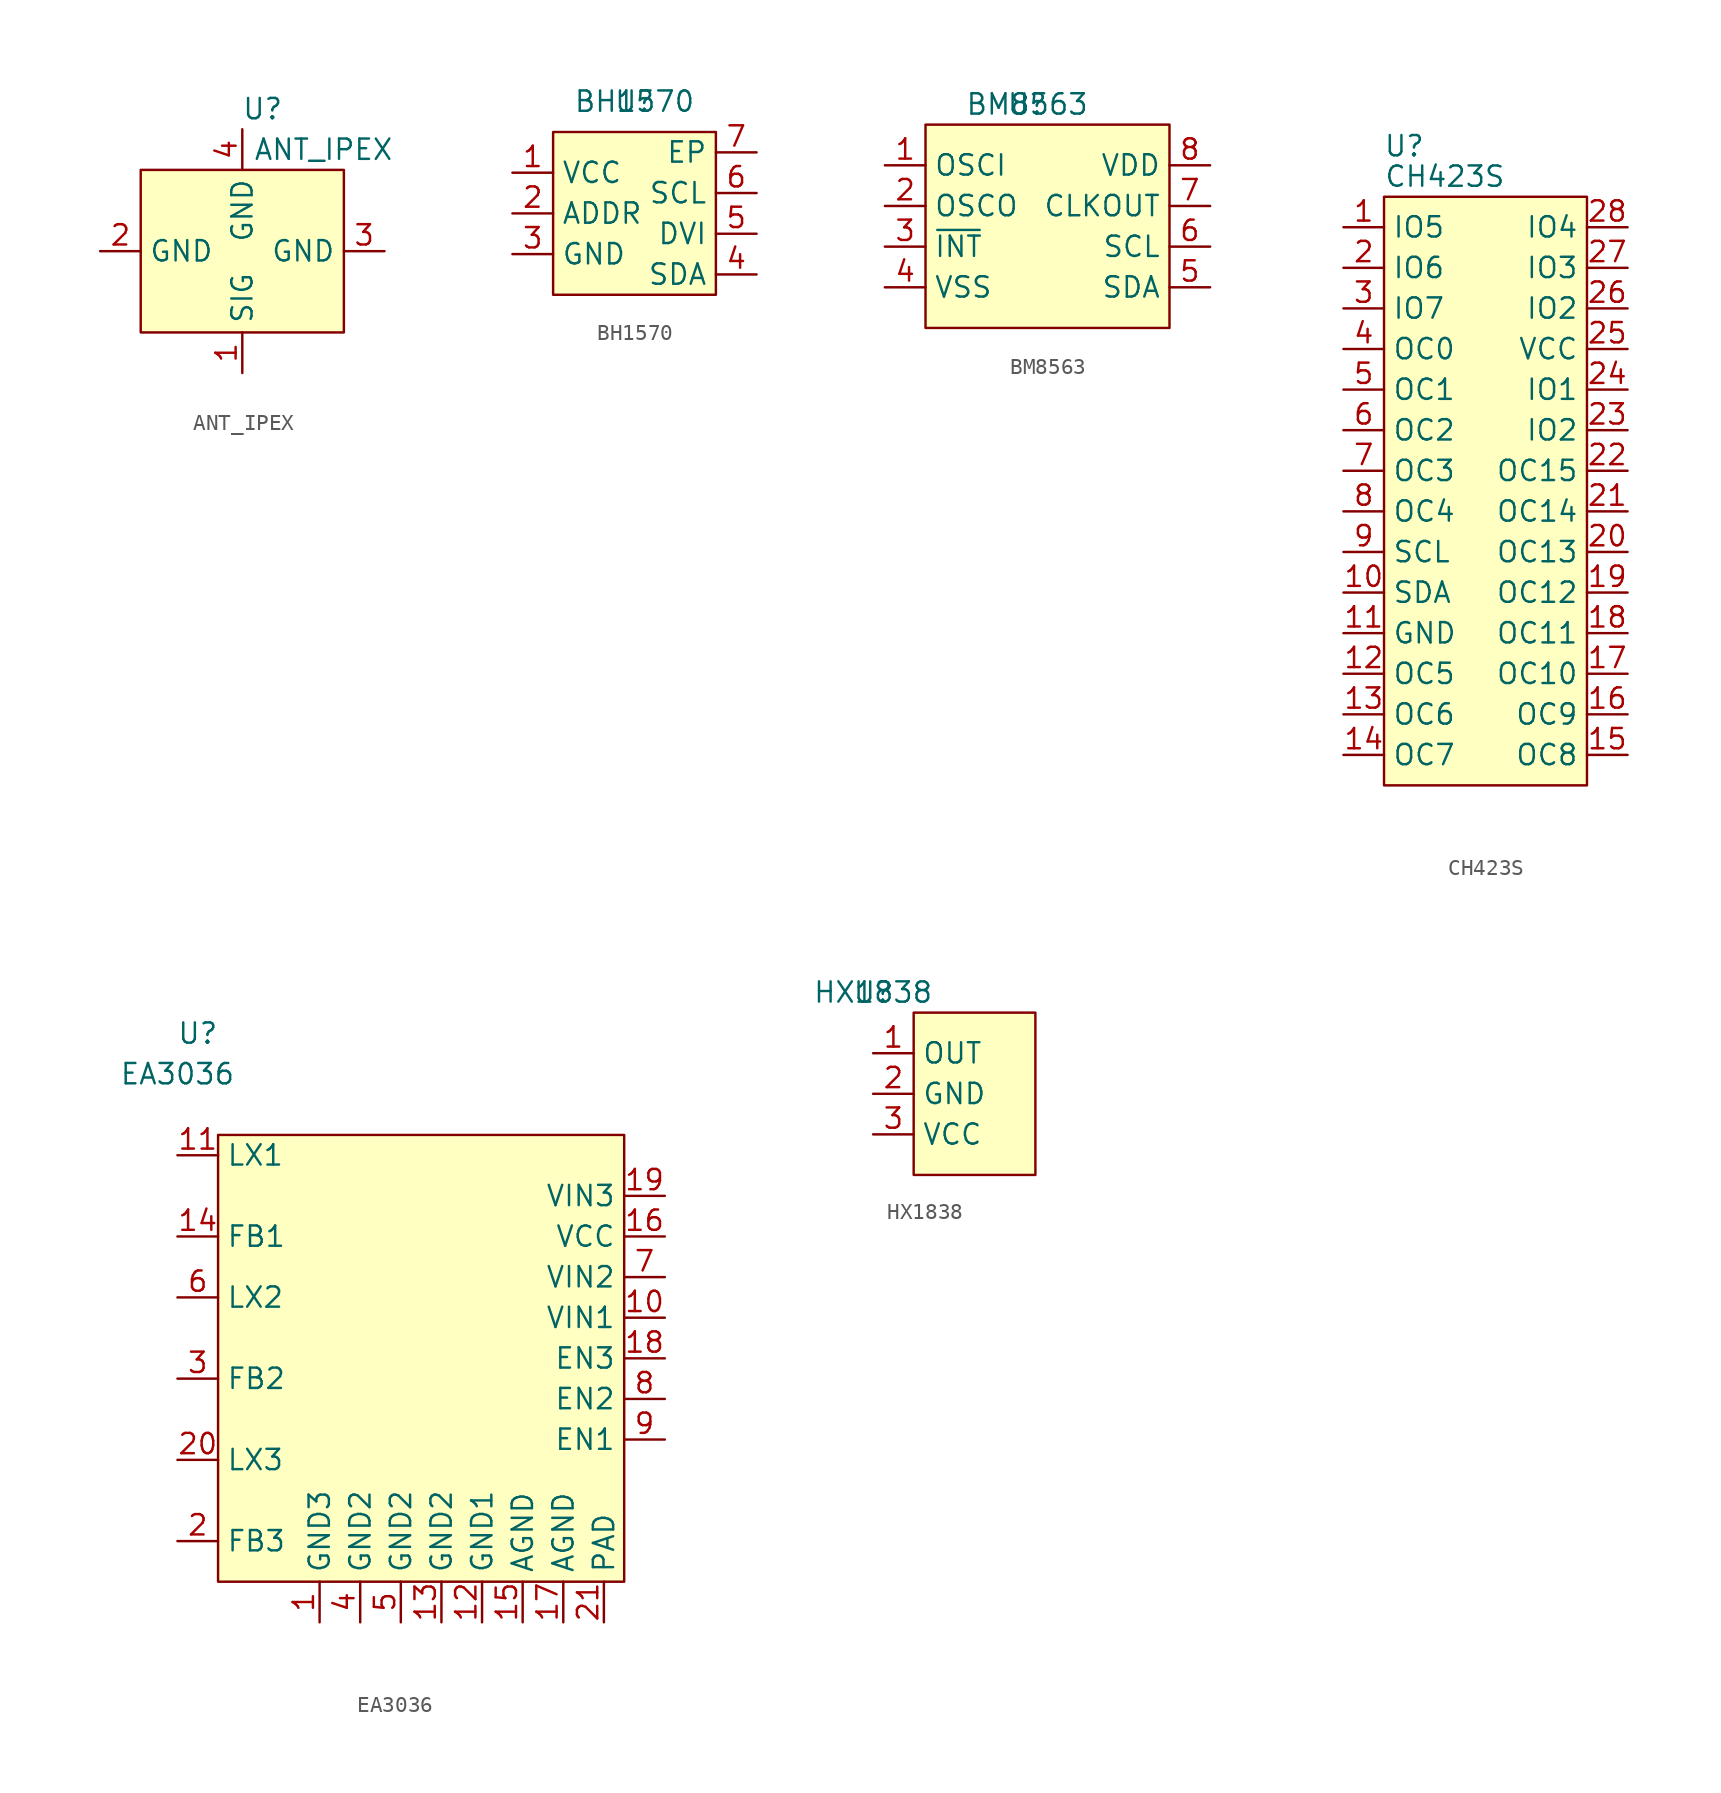
<source format=kicad_sym>
(kicad_symbol_lib
  (version 20211014)
  (generator kicad_symbol_editor)
  (symbol "ANT_IPEX"
    (property "Reference" "U"
      (at 1.27 8.89 0)
      (effects (font (size 1.27 1.27))))
    (property "Value" "ANT_IPEX"
      (at 5.08 6.35 0)
      (effects (font (size 1.27 1.27))))
    (symbol "ANT_IPEX_0_1"
      (rectangle (start -6.35 5.08) (end 6.35 -5.08) (stroke (width 0) (type default) (color 0 0 0 0)) (fill (type background))))
    (symbol "ANT_IPEX_1_1"
      (pin passive line (at 0 -7.62 90) (length 2.54) (name "SIG" (effects (font (size 1.27 1.27)))) (number "1" (effects (font (size 1.27 1.27)))))
      (pin passive line (at -8.89 0 0) (length 2.54) (name "GND" (effects (font (size 1.27 1.27)))) (number "2" (effects (font (size 1.27 1.27)))))
      (pin passive line (at 8.89 0 180) (length 2.54) (name "GND" (effects (font (size 1.27 1.27)))) (number "3" (effects (font (size 1.27 1.27)))))
      (pin passive line (at 0 7.62 270) (length 2.54) (name "GND" (effects (font (size 1.27 1.27)))) (number "4" (effects (font (size 1.27 1.27)))))))
  (symbol "BH1570"
    (property "Reference" "U"
      (at 0 5.715 0)
      (effects (font (size 1.27 1.27))))
    (property "Value" "BH1570"
      (at 0 5.715 0)
      (effects (font (size 1.27 1.27))))
    (symbol "BH1570_0_1"
      (rectangle (start -5.08 3.81) (end 5.08 -6.35) (stroke (width 0.152) (type default) (color 0 0 0 0)) (fill (type background))))
    (symbol "BH1570_1_1"
      (pin free line (at -7.62 1.27 0) (length 2.54) (name "VCC" (effects (font (size 1.27 1.27)))) (number "1" (effects (font (size 1.27 1.27)))))
      (pin free line (at -7.62 -1.27 0) (length 2.54) (name "ADDR" (effects (font (size 1.27 1.27)))) (number "2" (effects (font (size 1.27 1.27)))))
      (pin free line (at -7.62 -3.81 0) (length 2.54) (name "GND" (effects (font (size 1.27 1.27)))) (number "3" (effects (font (size 1.27 1.27)))))
      (pin free line (at 7.62 -5.08 180) (length 2.54) (name "SDA" (effects (font (size 1.27 1.27)))) (number "4" (effects (font (size 1.27 1.27)))))
      (pin free line (at 7.62 -2.54 180) (length 2.54) (name "DVI" (effects (font (size 1.27 1.27)))) (number "5" (effects (font (size 1.27 1.27)))))
      (pin free line (at 7.62 0 180) (length 2.54) (name "SCL" (effects (font (size 1.27 1.27)))) (number "6" (effects (font (size 1.27 1.27)))))
      (pin free line (at 7.62 2.54 180) (length 2.54) (name "EP" (effects (font (size 1.27 1.27)))) (number "7" (effects (font (size 1.27 1.27)))))))
  (symbol "BM8563"
    (property "Reference" "U"
      (at 0 0 0)
      (effects (font (size 1.27 1.27))))
    (property "Value" "BM8563"
      (at 0 0 0)
      (effects (font (size 1.27 1.27))))
    (symbol "BM8563_0_1"
      (rectangle (start -6.35 -1.27) (end 8.89 -13.97) (stroke (width 0) (type default) (color 0 0 0 0)) (fill (type background))))
    (symbol "BM8563_1_1"
      (pin passive line (at -8.89 -3.81 0) (length 2.54) (name "OSCI" (effects (font (size 1.27 1.27)))) (number "1" (effects (font (size 1.27 1.27)))))
      (pin passive line (at -8.89 -6.35 0) (length 2.54) (name "OSCO" (effects (font (size 1.27 1.27)))) (number "2" (effects (font (size 1.27 1.27)))))
      (pin passive line (at -8.89 -8.89 0) (length 2.54) (name "~{INT}" (effects (font (size 1.27 1.27)))) (number "3" (effects (font (size 1.27 1.27)))))
      (pin passive line (at -8.89 -11.43 0) (length 2.54) (name "VSS" (effects (font (size 1.27 1.27)))) (number "4" (effects (font (size 1.27 1.27)))))
      (pin passive line (at 11.43 -11.43 180) (length 2.54) (name "SDA" (effects (font (size 1.27 1.27)))) (number "5" (effects (font (size 1.27 1.27)))))
      (pin passive line (at 11.43 -8.89 180) (length 2.54) (name "SCL" (effects (font (size 1.27 1.27)))) (number "6" (effects (font (size 1.27 1.27)))))
      (pin passive line (at 11.43 -6.35 180) (length 2.54) (name "CLKOUT" (effects (font (size 1.27 1.27)))) (number "7" (effects (font (size 1.27 1.27)))))
      (pin passive line (at 11.43 -3.81 180) (length 2.54) (name "VDD" (effects (font (size 1.27 1.27)))) (number "8" (effects (font (size 1.27 1.27)))))))
  (symbol "CH423S"
    (property "Reference" "U"
      (at -4.445 19.05 0)
      (effects (font (size 1.27 1.27))))
    (property "Value" "CH423S"
      (at -1.905 17.145 0)
      (effects (font (size 1.27 1.27))))
    (symbol "CH423S_0_1"
      (rectangle (start -5.715 15.875) (end 6.985 -20.955) (stroke (width 0.152) (type default) (color 0 0 0 0)) (fill (type background))))
    (symbol "CH423S_1_1"
      (pin free line (at -8.255 13.97 0) (length 2.54) (name "IO5" (effects (font (size 1.27 1.27)))) (number "1" (effects (font (size 1.27 1.27)))))
      (pin free line (at -8.255 -8.89 0) (length 2.54) (name "SDA" (effects (font (size 1.27 1.27)))) (number "10" (effects (font (size 1.27 1.27)))))
      (pin free line (at -8.255 -11.43 0) (length 2.54) (name "GND" (effects (font (size 1.27 1.27)))) (number "11" (effects (font (size 1.27 1.27)))))
      (pin free line (at -8.255 -13.97 0) (length 2.54) (name "OC5" (effects (font (size 1.27 1.27)))) (number "12" (effects (font (size 1.27 1.27)))))
      (pin free line (at -8.255 -16.51 0) (length 2.54) (name "OC6" (effects (font (size 1.27 1.27)))) (number "13" (effects (font (size 1.27 1.27)))))
      (pin free line (at -8.255 -19.05 0) (length 2.54) (name "OC7" (effects (font (size 1.27 1.27)))) (number "14" (effects (font (size 1.27 1.27)))))
      (pin free line (at 9.525 -19.05 180) (length 2.54) (name "OC8" (effects (font (size 1.27 1.27)))) (number "15" (effects (font (size 1.27 1.27)))))
      (pin free line (at 9.525 -16.51 180) (length 2.54) (name "OC9" (effects (font (size 1.27 1.27)))) (number "16" (effects (font (size 1.27 1.27)))))
      (pin free line (at 9.525 -13.97 180) (length 2.54) (name "OC10" (effects (font (size 1.27 1.27)))) (number "17" (effects (font (size 1.27 1.27)))))
      (pin free line (at 9.525 -11.43 180) (length 2.54) (name "OC11" (effects (font (size 1.27 1.27)))) (number "18" (effects (font (size 1.27 1.27)))))
      (pin free line (at 9.525 -8.89 180) (length 2.54) (name "OC12" (effects (font (size 1.27 1.27)))) (number "19" (effects (font (size 1.27 1.27)))))
      (pin free line (at -8.255 11.43 0) (length 2.54) (name "IO6" (effects (font (size 1.27 1.27)))) (number "2" (effects (font (size 1.27 1.27)))))
      (pin free line (at 9.525 -6.35 180) (length 2.54) (name "OC13" (effects (font (size 1.27 1.27)))) (number "20" (effects (font (size 1.27 1.27)))))
      (pin free line (at 9.525 -3.81 180) (length 2.54) (name "OC14" (effects (font (size 1.27 1.27)))) (number "21" (effects (font (size 1.27 1.27)))))
      (pin free line (at 9.525 -1.27 180) (length 2.54) (name "OC15" (effects (font (size 1.27 1.27)))) (number "22" (effects (font (size 1.27 1.27)))))
      (pin free line (at 9.525 1.27 180) (length 2.54) (name "IO2" (effects (font (size 1.27 1.27)))) (number "23" (effects (font (size 1.27 1.27)))))
      (pin free line (at 9.525 3.81 180) (length 2.54) (name "IO1" (effects (font (size 1.27 1.27)))) (number "24" (effects (font (size 1.27 1.27)))))
      (pin free line (at 9.525 6.35 180) (length 2.54) (name "VCC" (effects (font (size 1.27 1.27)))) (number "25" (effects (font (size 1.27 1.27)))))
      (pin free line (at 9.525 8.89 180) (length 2.54) (name "IO2" (effects (font (size 1.27 1.27)))) (number "26" (effects (font (size 1.27 1.27)))))
      (pin free line (at 9.525 11.43 180) (length 2.54) (name "IO3" (effects (font (size 1.27 1.27)))) (number "27" (effects (font (size 1.27 1.27)))))
      (pin free line (at 9.525 13.97 180) (length 2.54) (name "IO4" (effects (font (size 1.27 1.27)))) (number "28" (effects (font (size 1.27 1.27)))))
      (pin free line (at -8.255 8.89 0) (length 2.54) (name "IO7" (effects (font (size 1.27 1.27)))) (number "3" (effects (font (size 1.27 1.27)))))
      (pin free line (at -8.255 6.35 0) (length 2.54) (name "OC0" (effects (font (size 1.27 1.27)))) (number "4" (effects (font (size 1.27 1.27)))))
      (pin free line (at -8.255 3.81 0) (length 2.54) (name "OC1" (effects (font (size 1.27 1.27)))) (number "5" (effects (font (size 1.27 1.27)))))
      (pin free line (at -8.255 1.27 0) (length 2.54) (name "OC2" (effects (font (size 1.27 1.27)))) (number "6" (effects (font (size 1.27 1.27)))))
      (pin free line (at -8.255 -1.27 0) (length 2.54) (name "OC3" (effects (font (size 1.27 1.27)))) (number "7" (effects (font (size 1.27 1.27)))))
      (pin free line (at -8.255 -3.81 0) (length 2.54) (name "OC4" (effects (font (size 1.27 1.27)))) (number "8" (effects (font (size 1.27 1.27)))))
      (pin free line (at -8.255 -6.35 0) (length 2.54) (name "SCL" (effects (font (size 1.27 1.27)))) (number "9" (effects (font (size 1.27 1.27)))))))
  (symbol "EA3036"
    (property "Reference" "U"
      (at 1.27 5.08 0)
      (effects (font (size 1.27 1.27))))
    (property "Value" "EA3036"
      (at 0 2.54 0)
      (effects (font (size 1.27 1.27))))
    (symbol "EA3036_0_1"
      (rectangle (start 2.54 -1.27) (end 27.94 -29.21) (stroke (width 0.152) (type default) (color 0 0 0 0)) (fill (type background))))
    (symbol "EA3036_1_1"
      (pin passive line (at 8.89 -31.75 90) (length 2.54) (name "GND3" (effects (font (size 1.27 1.27)))) (number "1" (effects (font (size 1.27 1.27)))))
      (pin passive line (at 30.48 -12.7 180) (length 2.54) (name "VIN1" (effects (font (size 1.27 1.27)))) (number "10" (effects (font (size 1.27 1.27)))))
      (pin passive line (at 0 -2.54 0) (length 2.54) (name "LX1" (effects (font (size 1.27 1.27)))) (number "11" (effects (font (size 1.27 1.27)))))
      (pin passive line (at 19.05 -31.75 90) (length 2.54) (name "GND1" (effects (font (size 1.27 1.27)))) (number "12" (effects (font (size 1.27 1.27)))))
      (pin passive line (at 16.51 -31.75 90) (length 2.54) (name "GND2" (effects (font (size 1.27 1.27)))) (number "13" (effects (font (size 1.27 1.27)))))
      (pin passive line (at 0 -7.62 0) (length 2.54) (name "FB1" (effects (font (size 1.27 1.27)))) (number "14" (effects (font (size 1.27 1.27)))))
      (pin passive line (at 21.59 -31.75 90) (length 2.54) (name "AGND" (effects (font (size 1.27 1.27)))) (number "15" (effects (font (size 1.27 1.27)))))
      (pin passive line (at 30.48 -7.62 180) (length 2.54) (name "VCC" (effects (font (size 1.27 1.27)))) (number "16" (effects (font (size 1.27 1.27)))))
      (pin passive line (at 24.13 -31.75 90) (length 2.54) (name "AGND" (effects (font (size 1.27 1.27)))) (number "17" (effects (font (size 1.27 1.27)))))
      (pin passive line (at 30.48 -15.24 180) (length 2.54) (name "EN3" (effects (font (size 1.27 1.27)))) (number "18" (effects (font (size 1.27 1.27)))))
      (pin passive line (at 30.48 -5.08 180) (length 2.54) (name "VIN3" (effects (font (size 1.27 1.27)))) (number "19" (effects (font (size 1.27 1.27)))))
      (pin passive line (at 0 -26.67 0) (length 2.54) (name "FB3" (effects (font (size 1.27 1.27)))) (number "2" (effects (font (size 1.27 1.27)))))
      (pin passive line (at 0 -21.59 0) (length 2.54) (name "LX3" (effects (font (size 1.27 1.27)))) (number "20" (effects (font (size 1.27 1.27)))))
      (pin passive line (at 26.67 -31.75 90) (length 2.54) (name "PAD" (effects (font (size 1.27 1.27)))) (number "21" (effects (font (size 1.27 1.27)))))
      (pin passive line (at 0 -16.51 0) (length 2.54) (name "FB2" (effects (font (size 1.27 1.27)))) (number "3" (effects (font (size 1.27 1.27)))))
      (pin passive line (at 11.43 -31.75 90) (length 2.54) (name "GND2" (effects (font (size 1.27 1.27)))) (number "4" (effects (font (size 1.27 1.27)))))
      (pin passive line (at 13.97 -31.75 90) (length 2.54) (name "GND2" (effects (font (size 1.27 1.27)))) (number "5" (effects (font (size 1.27 1.27)))))
      (pin passive line (at 0 -11.43 0) (length 2.54) (name "LX2" (effects (font (size 1.27 1.27)))) (number "6" (effects (font (size 1.27 1.27)))))
      (pin passive line (at 30.48 -10.16 180) (length 2.54) (name "VIN2" (effects (font (size 1.27 1.27)))) (number "7" (effects (font (size 1.27 1.27)))))
      (pin passive line (at 30.48 -17.78 180) (length 2.54) (name "EN2" (effects (font (size 1.27 1.27)))) (number "8" (effects (font (size 1.27 1.27)))))
      (pin passive line (at 30.48 -20.32 180) (length 2.54) (name "EN1" (effects (font (size 1.27 1.27)))) (number "9" (effects (font (size 1.27 1.27)))))))
  (symbol "HX1838"
    (property "Reference" "U"
      (at 0 0 0)
      (effects (font (size 1.27 1.27))))
    (property "Value" "HX1838"
      (at 0 0 0)
      (effects (font (size 1.27 1.27))))
    (symbol "HX1838_0_1"
      (rectangle (start 2.54 -1.27) (end 10.16 -11.43) (stroke (width 0.152) (type default) (color 0 0 0 0)) (fill (type background))))
    (symbol "HX1838_1_1"
      (pin input line (at 0 -3.81 0) (length 2.54) (name "OUT" (effects (font (size 1.27 1.27)))) (number "1" (effects (font (size 1.27 1.27)))))
      (pin input line (at 0 -6.35 0) (length 2.54) (name "GND" (effects (font (size 1.27 1.27)))) (number "2" (effects (font (size 1.27 1.27)))))
      (pin input line (at 0 -8.89 0) (length 2.54) (name "VCC" (effects (font (size 1.27 1.27)))) (number "3" (effects (font (size 1.27 1.27))))))))
</source>
